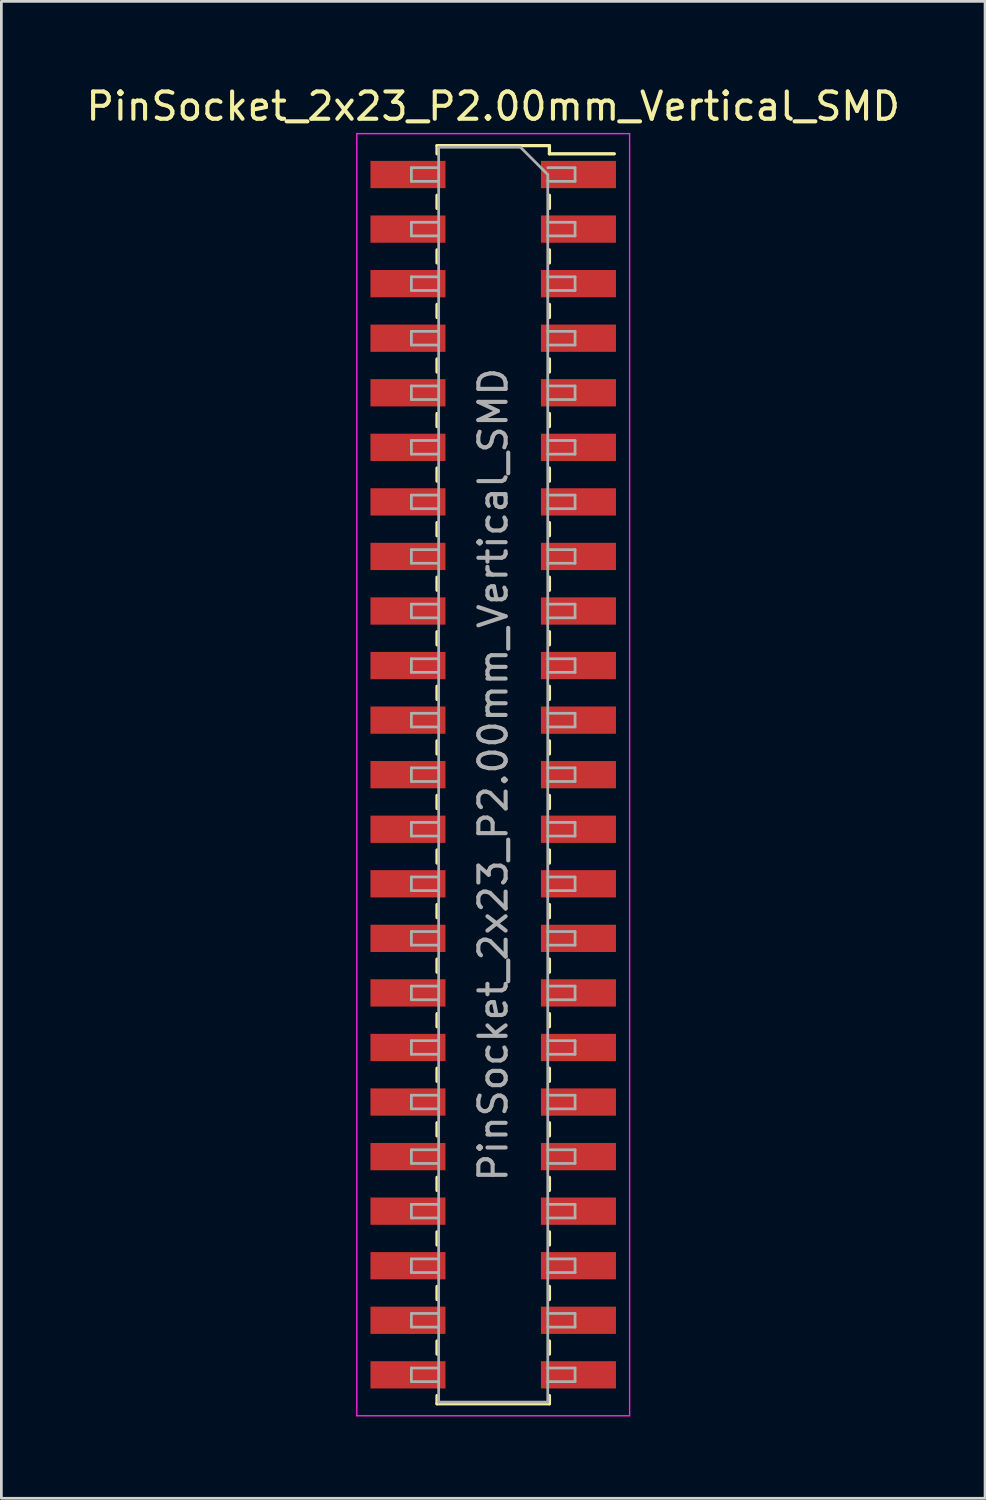
<source format=kicad_pcb>
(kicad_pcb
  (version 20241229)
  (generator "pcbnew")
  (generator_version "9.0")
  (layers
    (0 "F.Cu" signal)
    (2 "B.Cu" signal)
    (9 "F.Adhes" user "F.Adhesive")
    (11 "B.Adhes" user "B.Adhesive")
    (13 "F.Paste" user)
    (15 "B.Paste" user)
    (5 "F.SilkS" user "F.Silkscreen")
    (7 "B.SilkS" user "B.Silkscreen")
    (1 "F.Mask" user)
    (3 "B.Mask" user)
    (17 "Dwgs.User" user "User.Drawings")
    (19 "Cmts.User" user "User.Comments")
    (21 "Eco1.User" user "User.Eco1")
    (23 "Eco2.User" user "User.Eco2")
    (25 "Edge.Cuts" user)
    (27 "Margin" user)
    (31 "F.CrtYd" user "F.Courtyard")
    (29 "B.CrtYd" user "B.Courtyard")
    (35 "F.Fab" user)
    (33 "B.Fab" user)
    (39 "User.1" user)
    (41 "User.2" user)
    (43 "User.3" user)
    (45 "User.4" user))
  (footprint "PinSocket_2x23_P2.00mm_Vertical_SMD"
    (layer "F.Cu")
    (at 15.03 25.348)
    (property "Reference" "PinSocket_2x23_P2.00mm_Vertical_SMD" (at 0 -24.5 0) (layer "F.SilkS") (effects (font (size 1 1) (thickness 0.15))))
    (attr smd)
    (fp_line (start -2.06 -23.06) (end -2.06 -22.76) (stroke (width 0.12) (type solid)) (layer "F.SilkS"))
    (fp_line (start -2.06 -23.06) (end 2.06 -23.06) (stroke (width 0.12) (type solid)) (layer "F.SilkS"))
    (fp_line (start -2.06 -21.24) (end -2.06 -20.76) (stroke (width 0.12) (type solid)) (layer "F.SilkS"))
    (fp_line (start -2.06 -19.24) (end -2.06 -18.76) (stroke (width 0.12) (type solid)) (layer "F.SilkS"))
    (fp_line (start -2.06 -17.24) (end -2.06 -16.76) (stroke (width 0.12) (type solid)) (layer "F.SilkS"))
    (fp_line (start -2.06 -15.24) (end -2.06 -14.76) (stroke (width 0.12) (type solid)) (layer "F.SilkS"))
    (fp_line (start -2.06 -13.24) (end -2.06 -12.76) (stroke (width 0.12) (type solid)) (layer "F.SilkS"))
    (fp_line (start -2.06 -11.24) (end -2.06 -10.76) (stroke (width 0.12) (type solid)) (layer "F.SilkS"))
    (fp_line (start -2.06 -9.24) (end -2.06 -8.76) (stroke (width 0.12) (type solid)) (layer "F.SilkS"))
    (fp_line (start -2.06 -7.24) (end -2.06 -6.76) (stroke (width 0.12) (type solid)) (layer "F.SilkS"))
    (fp_line (start -2.06 -5.24) (end -2.06 -4.76) (stroke (width 0.12) (type solid)) (layer "F.SilkS"))
    (fp_line (start -2.06 -3.24) (end -2.06 -2.76) (stroke (width 0.12) (type solid)) (layer "F.SilkS"))
    (fp_line (start -2.06 -1.24) (end -2.06 -0.76) (stroke (width 0.12) (type solid)) (layer "F.SilkS"))
    (fp_line (start -2.06 0.76) (end -2.06 1.24) (stroke (width 0.12) (type solid)) (layer "F.SilkS"))
    (fp_line (start -2.06 2.76) (end -2.06 3.24) (stroke (width 0.12) (type solid)) (layer "F.SilkS"))
    (fp_line (start -2.06 4.76) (end -2.06 5.24) (stroke (width 0.12) (type solid)) (layer "F.SilkS"))
    (fp_line (start -2.06 6.76) (end -2.06 7.24) (stroke (width 0.12) (type solid)) (layer "F.SilkS"))
    (fp_line (start -2.06 8.76) (end -2.06 9.24) (stroke (width 0.12) (type solid)) (layer "F.SilkS"))
    (fp_line (start -2.06 10.76) (end -2.06 11.24) (stroke (width 0.12) (type solid)) (layer "F.SilkS"))
    (fp_line (start -2.06 12.76) (end -2.06 13.24) (stroke (width 0.12) (type solid)) (layer "F.SilkS"))
    (fp_line (start -2.06 14.76) (end -2.06 15.24) (stroke (width 0.12) (type solid)) (layer "F.SilkS"))
    (fp_line (start -2.06 16.76) (end -2.06 17.24) (stroke (width 0.12) (type solid)) (layer "F.SilkS"))
    (fp_line (start -2.06 18.76) (end -2.06 19.24) (stroke (width 0.12) (type solid)) (layer "F.SilkS"))
    (fp_line (start -2.06 20.76) (end -2.06 21.24) (stroke (width 0.12) (type solid)) (layer "F.SilkS"))
    (fp_line (start -2.06 22.76) (end -2.06 23.06) (stroke (width 0.12) (type solid)) (layer "F.SilkS"))
    (fp_line (start -2.06 23.06) (end 2.06 23.06) (stroke (width 0.12) (type solid)) (layer "F.SilkS"))
    (fp_line (start 2.06 -23.06) (end 2.06 -22.76) (stroke (width 0.12) (type solid)) (layer "F.SilkS"))
    (fp_line (start 2.06 -22.76) (end 4.44 -22.76) (stroke (width 0.12) (type solid)) (layer "F.SilkS"))
    (fp_line (start 2.06 -21.24) (end 2.06 -20.76) (stroke (width 0.12) (type solid)) (layer "F.SilkS"))
    (fp_line (start 2.06 -19.24) (end 2.06 -18.76) (stroke (width 0.12) (type solid)) (layer "F.SilkS"))
    (fp_line (start 2.06 -17.24) (end 2.06 -16.76) (stroke (width 0.12) (type solid)) (layer "F.SilkS"))
    (fp_line (start 2.06 -15.24) (end 2.06 -14.76) (stroke (width 0.12) (type solid)) (layer "F.SilkS"))
    (fp_line (start 2.06 -13.24) (end 2.06 -12.76) (stroke (width 0.12) (type solid)) (layer "F.SilkS"))
    (fp_line (start 2.06 -11.24) (end 2.06 -10.76) (stroke (width 0.12) (type solid)) (layer "F.SilkS"))
    (fp_line (start 2.06 -9.24) (end 2.06 -8.76) (stroke (width 0.12) (type solid)) (layer "F.SilkS"))
    (fp_line (start 2.06 -7.24) (end 2.06 -6.76) (stroke (width 0.12) (type solid)) (layer "F.SilkS"))
    (fp_line (start 2.06 -5.24) (end 2.06 -4.76) (stroke (width 0.12) (type solid)) (layer "F.SilkS"))
    (fp_line (start 2.06 -3.24) (end 2.06 -2.76) (stroke (width 0.12) (type solid)) (layer "F.SilkS"))
    (fp_line (start 2.06 -1.24) (end 2.06 -0.76) (stroke (width 0.12) (type solid)) (layer "F.SilkS"))
    (fp_line (start 2.06 0.76) (end 2.06 1.24) (stroke (width 0.12) (type solid)) (layer "F.SilkS"))
    (fp_line (start 2.06 2.76) (end 2.06 3.24) (stroke (width 0.12) (type solid)) (layer "F.SilkS"))
    (fp_line (start 2.06 4.76) (end 2.06 5.24) (stroke (width 0.12) (type solid)) (layer "F.SilkS"))
    (fp_line (start 2.06 6.76) (end 2.06 7.24) (stroke (width 0.12) (type solid)) (layer "F.SilkS"))
    (fp_line (start 2.06 8.76) (end 2.06 9.24) (stroke (width 0.12) (type solid)) (layer "F.SilkS"))
    (fp_line (start 2.06 10.76) (end 2.06 11.24) (stroke (width 0.12) (type solid)) (layer "F.SilkS"))
    (fp_line (start 2.06 12.76) (end 2.06 13.24) (stroke (width 0.12) (type solid)) (layer "F.SilkS"))
    (fp_line (start 2.06 14.76) (end 2.06 15.24) (stroke (width 0.12) (type solid)) (layer "F.SilkS"))
    (fp_line (start 2.06 16.76) (end 2.06 17.24) (stroke (width 0.12) (type solid)) (layer "F.SilkS"))
    (fp_line (start 2.06 18.76) (end 2.06 19.24) (stroke (width 0.12) (type solid)) (layer "F.SilkS"))
    (fp_line (start 2.06 20.76) (end 2.06 21.24) (stroke (width 0.12) (type solid)) (layer "F.SilkS"))
    (fp_line (start 2.06 22.76) (end 2.06 23.06) (stroke (width 0.12) (type solid)) (layer "F.SilkS"))
    (fp_line (start -5 -23.5) (end 5 -23.5) (stroke (width 0.05) (type solid)) (layer "F.CrtYd"))
    (fp_line (start -5 23.5) (end -5 -23.5) (stroke (width 0.05) (type solid)) (layer "F.CrtYd"))
    (fp_line (start 5 -23.5) (end 5 23.5) (stroke (width 0.05) (type solid)) (layer "F.CrtYd"))
    (fp_line (start 5 23.5) (end -5 23.5) (stroke (width 0.05) (type solid)) (layer "F.CrtYd"))
    (fp_line (start -3 -22.25) (end -2 -22.25) (stroke (width 0.1) (type solid)) (layer "F.Fab"))
    (fp_line (start -3 -21.75) (end -3 -22.25) (stroke (width 0.1) (type solid)) (layer "F.Fab"))
    (fp_line (start -3 -20.25) (end -2 -20.25) (stroke (width 0.1) (type solid)) (layer "F.Fab"))
    (fp_line (start -3 -19.75) (end -3 -20.25) (stroke (width 0.1) (type solid)) (layer "F.Fab"))
    (fp_line (start -3 -18.25) (end -2 -18.25) (stroke (width 0.1) (type solid)) (layer "F.Fab"))
    (fp_line (start -3 -17.75) (end -3 -18.25) (stroke (width 0.1) (type solid)) (layer "F.Fab"))
    (fp_line (start -3 -16.25) (end -2 -16.25) (stroke (width 0.1) (type solid)) (layer "F.Fab"))
    (fp_line (start -3 -15.75) (end -3 -16.25) (stroke (width 0.1) (type solid)) (layer "F.Fab"))
    (fp_line (start -3 -14.25) (end -2 -14.25) (stroke (width 0.1) (type solid)) (layer "F.Fab"))
    (fp_line (start -3 -13.75) (end -3 -14.25) (stroke (width 0.1) (type solid)) (layer "F.Fab"))
    (fp_line (start -3 -12.25) (end -2 -12.25) (stroke (width 0.1) (type solid)) (layer "F.Fab"))
    (fp_line (start -3 -11.75) (end -3 -12.25) (stroke (width 0.1) (type solid)) (layer "F.Fab"))
    (fp_line (start -3 -10.25) (end -2 -10.25) (stroke (width 0.1) (type solid)) (layer "F.Fab"))
    (fp_line (start -3 -9.75) (end -3 -10.25) (stroke (width 0.1) (type solid)) (layer "F.Fab"))
    (fp_line (start -3 -8.25) (end -2 -8.25) (stroke (width 0.1) (type solid)) (layer "F.Fab"))
    (fp_line (start -3 -7.75) (end -3 -8.25) (stroke (width 0.1) (type solid)) (layer "F.Fab"))
    (fp_line (start -3 -6.25) (end -2 -6.25) (stroke (width 0.1) (type solid)) (layer "F.Fab"))
    (fp_line (start -3 -5.75) (end -3 -6.25) (stroke (width 0.1) (type solid)) (layer "F.Fab"))
    (fp_line (start -3 -4.25) (end -2 -4.25) (stroke (width 0.1) (type solid)) (layer "F.Fab"))
    (fp_line (start -3 -3.75) (end -3 -4.25) (stroke (width 0.1) (type solid)) (layer "F.Fab"))
    (fp_line (start -3 -2.25) (end -2 -2.25) (stroke (width 0.1) (type solid)) (layer "F.Fab"))
    (fp_line (start -3 -1.75) (end -3 -2.25) (stroke (width 0.1) (type solid)) (layer "F.Fab"))
    (fp_line (start -3 -0.25) (end -2 -0.25) (stroke (width 0.1) (type solid)) (layer "F.Fab"))
    (fp_line (start -3 0.25) (end -3 -0.25) (stroke (width 0.1) (type solid)) (layer "F.Fab"))
    (fp_line (start -3 1.75) (end -2 1.75) (stroke (width 0.1) (type solid)) (layer "F.Fab"))
    (fp_line (start -3 2.25) (end -3 1.75) (stroke (width 0.1) (type solid)) (layer "F.Fab"))
    (fp_line (start -3 3.75) (end -2 3.75) (stroke (width 0.1) (type solid)) (layer "F.Fab"))
    (fp_line (start -3 4.25) (end -3 3.75) (stroke (width 0.1) (type solid)) (layer "F.Fab"))
    (fp_line (start -3 5.75) (end -2 5.75) (stroke (width 0.1) (type solid)) (layer "F.Fab"))
    (fp_line (start -3 6.25) (end -3 5.75) (stroke (width 0.1) (type solid)) (layer "F.Fab"))
    (fp_line (start -3 7.75) (end -2 7.75) (stroke (width 0.1) (type solid)) (layer "F.Fab"))
    (fp_line (start -3 8.25) (end -3 7.75) (stroke (width 0.1) (type solid)) (layer "F.Fab"))
    (fp_line (start -3 9.75) (end -2 9.75) (stroke (width 0.1) (type solid)) (layer "F.Fab"))
    (fp_line (start -3 10.25) (end -3 9.75) (stroke (width 0.1) (type solid)) (layer "F.Fab"))
    (fp_line (start -3 11.75) (end -2 11.75) (stroke (width 0.1) (type solid)) (layer "F.Fab"))
    (fp_line (start -3 12.25) (end -3 11.75) (stroke (width 0.1) (type solid)) (layer "F.Fab"))
    (fp_line (start -3 13.75) (end -2 13.75) (stroke (width 0.1) (type solid)) (layer "F.Fab"))
    (fp_line (start -3 14.25) (end -3 13.75) (stroke (width 0.1) (type solid)) (layer "F.Fab"))
    (fp_line (start -3 15.75) (end -2 15.75) (stroke (width 0.1) (type solid)) (layer "F.Fab"))
    (fp_line (start -3 16.25) (end -3 15.75) (stroke (width 0.1) (type solid)) (layer "F.Fab"))
    (fp_line (start -3 17.75) (end -2 17.75) (stroke (width 0.1) (type solid)) (layer "F.Fab"))
    (fp_line (start -3 18.25) (end -3 17.75) (stroke (width 0.1) (type solid)) (layer "F.Fab"))
    (fp_line (start -3 19.75) (end -2 19.75) (stroke (width 0.1) (type solid)) (layer "F.Fab"))
    (fp_line (start -3 20.25) (end -3 19.75) (stroke (width 0.1) (type solid)) (layer "F.Fab"))
    (fp_line (start -3 21.75) (end -2 21.75) (stroke (width 0.1) (type solid)) (layer "F.Fab"))
    (fp_line (start -3 22.25) (end -3 21.75) (stroke (width 0.1) (type solid)) (layer "F.Fab"))
    (fp_line (start -2 -23) (end 1 -23) (stroke (width 0.1) (type solid)) (layer "F.Fab"))
    (fp_line (start -2 -21.75) (end -3 -21.75) (stroke (width 0.1) (type solid)) (layer "F.Fab"))
    (fp_line (start -2 -19.75) (end -3 -19.75) (stroke (width 0.1) (type solid)) (layer "F.Fab"))
    (fp_line (start -2 -17.75) (end -3 -17.75) (stroke (width 0.1) (type solid)) (layer "F.Fab"))
    (fp_line (start -2 -15.75) (end -3 -15.75) (stroke (width 0.1) (type solid)) (layer "F.Fab"))
    (fp_line (start -2 -13.75) (end -3 -13.75) (stroke (width 0.1) (type solid)) (layer "F.Fab"))
    (fp_line (start -2 -11.75) (end -3 -11.75) (stroke (width 0.1) (type solid)) (layer "F.Fab"))
    (fp_line (start -2 -9.75) (end -3 -9.75) (stroke (width 0.1) (type solid)) (layer "F.Fab"))
    (fp_line (start -2 -7.75) (end -3 -7.75) (stroke (width 0.1) (type solid)) (layer "F.Fab"))
    (fp_line (start -2 -5.75) (end -3 -5.75) (stroke (width 0.1) (type solid)) (layer "F.Fab"))
    (fp_line (start -2 -3.75) (end -3 -3.75) (stroke (width 0.1) (type solid)) (layer "F.Fab"))
    (fp_line (start -2 -1.75) (end -3 -1.75) (stroke (width 0.1) (type solid)) (layer "F.Fab"))
    (fp_line (start -2 0.25) (end -3 0.25) (stroke (width 0.1) (type solid)) (layer "F.Fab"))
    (fp_line (start -2 2.25) (end -3 2.25) (stroke (width 0.1) (type solid)) (layer "F.Fab"))
    (fp_line (start -2 4.25) (end -3 4.25) (stroke (width 0.1) (type solid)) (layer "F.Fab"))
    (fp_line (start -2 6.25) (end -3 6.25) (stroke (width 0.1) (type solid)) (layer "F.Fab"))
    (fp_line (start -2 8.25) (end -3 8.25) (stroke (width 0.1) (type solid)) (layer "F.Fab"))
    (fp_line (start -2 10.25) (end -3 10.25) (stroke (width 0.1) (type solid)) (layer "F.Fab"))
    (fp_line (start -2 12.25) (end -3 12.25) (stroke (width 0.1) (type solid)) (layer "F.Fab"))
    (fp_line (start -2 14.25) (end -3 14.25) (stroke (width 0.1) (type solid)) (layer "F.Fab"))
    (fp_line (start -2 16.25) (end -3 16.25) (stroke (width 0.1) (type solid)) (layer "F.Fab"))
    (fp_line (start -2 18.25) (end -3 18.25) (stroke (width 0.1) (type solid)) (layer "F.Fab"))
    (fp_line (start -2 20.25) (end -3 20.25) (stroke (width 0.1) (type solid)) (layer "F.Fab"))
    (fp_line (start -2 22.25) (end -3 22.25) (stroke (width 0.1) (type solid)) (layer "F.Fab"))
    (fp_line (start -2 23) (end -2 -23) (stroke (width 0.1) (type solid)) (layer "F.Fab"))
    (fp_line (start 1 -23) (end 2 -22) (stroke (width 0.1) (type solid)) (layer "F.Fab"))
    (fp_line (start 2 -22.25) (end 3 -22.25) (stroke (width 0.1) (type solid)) (layer "F.Fab"))
    (fp_line (start 2 -22) (end 2 23) (stroke (width 0.1) (type solid)) (layer "F.Fab"))
    (fp_line (start 2 -20.25) (end 3 -20.25) (stroke (width 0.1) (type solid)) (layer "F.Fab"))
    (fp_line (start 2 -18.25) (end 3 -18.25) (stroke (width 0.1) (type solid)) (layer "F.Fab"))
    (fp_line (start 2 -16.25) (end 3 -16.25) (stroke (width 0.1) (type solid)) (layer "F.Fab"))
    (fp_line (start 2 -14.25) (end 3 -14.25) (stroke (width 0.1) (type solid)) (layer "F.Fab"))
    (fp_line (start 2 -12.25) (end 3 -12.25) (stroke (width 0.1) (type solid)) (layer "F.Fab"))
    (fp_line (start 2 -10.25) (end 3 -10.25) (stroke (width 0.1) (type solid)) (layer "F.Fab"))
    (fp_line (start 2 -8.25) (end 3 -8.25) (stroke (width 0.1) (type solid)) (layer "F.Fab"))
    (fp_line (start 2 -6.25) (end 3 -6.25) (stroke (width 0.1) (type solid)) (layer "F.Fab"))
    (fp_line (start 2 -4.25) (end 3 -4.25) (stroke (width 0.1) (type solid)) (layer "F.Fab"))
    (fp_line (start 2 -2.25) (end 3 -2.25) (stroke (width 0.1) (type solid)) (layer "F.Fab"))
    (fp_line (start 2 -0.25) (end 3 -0.25) (stroke (width 0.1) (type solid)) (layer "F.Fab"))
    (fp_line (start 2 1.75) (end 3 1.75) (stroke (width 0.1) (type solid)) (layer "F.Fab"))
    (fp_line (start 2 3.75) (end 3 3.75) (stroke (width 0.1) (type solid)) (layer "F.Fab"))
    (fp_line (start 2 5.75) (end 3 5.75) (stroke (width 0.1) (type solid)) (layer "F.Fab"))
    (fp_line (start 2 7.75) (end 3 7.75) (stroke (width 0.1) (type solid)) (layer "F.Fab"))
    (fp_line (start 2 9.75) (end 3 9.75) (stroke (width 0.1) (type solid)) (layer "F.Fab"))
    (fp_line (start 2 11.75) (end 3 11.75) (stroke (width 0.1) (type solid)) (layer "F.Fab"))
    (fp_line (start 2 13.75) (end 3 13.75) (stroke (width 0.1) (type solid)) (layer "F.Fab"))
    (fp_line (start 2 15.75) (end 3 15.75) (stroke (width 0.1) (type solid)) (layer "F.Fab"))
    (fp_line (start 2 17.75) (end 3 17.75) (stroke (width 0.1) (type solid)) (layer "F.Fab"))
    (fp_line (start 2 19.75) (end 3 19.75) (stroke (width 0.1) (type solid)) (layer "F.Fab"))
    (fp_line (start 2 21.75) (end 3 21.75) (stroke (width 0.1) (type solid)) (layer "F.Fab"))
    (fp_line (start 2 23) (end -2 23) (stroke (width 0.1) (type solid)) (layer "F.Fab"))
    (fp_line (start 3 -22.25) (end 3 -21.75) (stroke (width 0.1) (type solid)) (layer "F.Fab"))
    (fp_line (start 3 -21.75) (end 2 -21.75) (stroke (width 0.1) (type solid)) (layer "F.Fab"))
    (fp_line (start 3 -20.25) (end 3 -19.75) (stroke (width 0.1) (type solid)) (layer "F.Fab"))
    (fp_line (start 3 -19.75) (end 2 -19.75) (stroke (width 0.1) (type solid)) (layer "F.Fab"))
    (fp_line (start 3 -18.25) (end 3 -17.75) (stroke (width 0.1) (type solid)) (layer "F.Fab"))
    (fp_line (start 3 -17.75) (end 2 -17.75) (stroke (width 0.1) (type solid)) (layer "F.Fab"))
    (fp_line (start 3 -16.25) (end 3 -15.75) (stroke (width 0.1) (type solid)) (layer "F.Fab"))
    (fp_line (start 3 -15.75) (end 2 -15.75) (stroke (width 0.1) (type solid)) (layer "F.Fab"))
    (fp_line (start 3 -14.25) (end 3 -13.75) (stroke (width 0.1) (type solid)) (layer "F.Fab"))
    (fp_line (start 3 -13.75) (end 2 -13.75) (stroke (width 0.1) (type solid)) (layer "F.Fab"))
    (fp_line (start 3 -12.25) (end 3 -11.75) (stroke (width 0.1) (type solid)) (layer "F.Fab"))
    (fp_line (start 3 -11.75) (end 2 -11.75) (stroke (width 0.1) (type solid)) (layer "F.Fab"))
    (fp_line (start 3 -10.25) (end 3 -9.75) (stroke (width 0.1) (type solid)) (layer "F.Fab"))
    (fp_line (start 3 -9.75) (end 2 -9.75) (stroke (width 0.1) (type solid)) (layer "F.Fab"))
    (fp_line (start 3 -8.25) (end 3 -7.75) (stroke (width 0.1) (type solid)) (layer "F.Fab"))
    (fp_line (start 3 -7.75) (end 2 -7.75) (stroke (width 0.1) (type solid)) (layer "F.Fab"))
    (fp_line (start 3 -6.25) (end 3 -5.75) (stroke (width 0.1) (type solid)) (layer "F.Fab"))
    (fp_line (start 3 -5.75) (end 2 -5.75) (stroke (width 0.1) (type solid)) (layer "F.Fab"))
    (fp_line (start 3 -4.25) (end 3 -3.75) (stroke (width 0.1) (type solid)) (layer "F.Fab"))
    (fp_line (start 3 -3.75) (end 2 -3.75) (stroke (width 0.1) (type solid)) (layer "F.Fab"))
    (fp_line (start 3 -2.25) (end 3 -1.75) (stroke (width 0.1) (type solid)) (layer "F.Fab"))
    (fp_line (start 3 -1.75) (end 2 -1.75) (stroke (width 0.1) (type solid)) (layer "F.Fab"))
    (fp_line (start 3 -0.25) (end 3 0.25) (stroke (width 0.1) (type solid)) (layer "F.Fab"))
    (fp_line (start 3 0.25) (end 2 0.25) (stroke (width 0.1) (type solid)) (layer "F.Fab"))
    (fp_line (start 3 1.75) (end 3 2.25) (stroke (width 0.1) (type solid)) (layer "F.Fab"))
    (fp_line (start 3 2.25) (end 2 2.25) (stroke (width 0.1) (type solid)) (layer "F.Fab"))
    (fp_line (start 3 3.75) (end 3 4.25) (stroke (width 0.1) (type solid)) (layer "F.Fab"))
    (fp_line (start 3 4.25) (end 2 4.25) (stroke (width 0.1) (type solid)) (layer "F.Fab"))
    (fp_line (start 3 5.75) (end 3 6.25) (stroke (width 0.1) (type solid)) (layer "F.Fab"))
    (fp_line (start 3 6.25) (end 2 6.25) (stroke (width 0.1) (type solid)) (layer "F.Fab"))
    (fp_line (start 3 7.75) (end 3 8.25) (stroke (width 0.1) (type solid)) (layer "F.Fab"))
    (fp_line (start 3 8.25) (end 2 8.25) (stroke (width 0.1) (type solid)) (layer "F.Fab"))
    (fp_line (start 3 9.75) (end 3 10.25) (stroke (width 0.1) (type solid)) (layer "F.Fab"))
    (fp_line (start 3 10.25) (end 2 10.25) (stroke (width 0.1) (type solid)) (layer "F.Fab"))
    (fp_line (start 3 11.75) (end 3 12.25) (stroke (width 0.1) (type solid)) (layer "F.Fab"))
    (fp_line (start 3 12.25) (end 2 12.25) (stroke (width 0.1) (type solid)) (layer "F.Fab"))
    (fp_line (start 3 13.75) (end 3 14.25) (stroke (width 0.1) (type solid)) (layer "F.Fab"))
    (fp_line (start 3 14.25) (end 2 14.25) (stroke (width 0.1) (type solid)) (layer "F.Fab"))
    (fp_line (start 3 15.75) (end 3 16.25) (stroke (width 0.1) (type solid)) (layer "F.Fab"))
    (fp_line (start 3 16.25) (end 2 16.25) (stroke (width 0.1) (type solid)) (layer "F.Fab"))
    (fp_line (start 3 17.75) (end 3 18.25) (stroke (width 0.1) (type solid)) (layer "F.Fab"))
    (fp_line (start 3 18.25) (end 2 18.25) (stroke (width 0.1) (type solid)) (layer "F.Fab"))
    (fp_line (start 3 19.75) (end 3 20.25) (stroke (width 0.1) (type solid)) (layer "F.Fab"))
    (fp_line (start 3 20.25) (end 2 20.25) (stroke (width 0.1) (type solid)) (layer "F.Fab"))
    (fp_line (start 3 21.75) (end 3 22.25) (stroke (width 0.1) (type solid)) (layer "F.Fab"))
    (fp_line (start 3 22.25) (end 2 22.25) (stroke (width 0.1) (type solid)) (layer "F.Fab"))
    (fp_text user "${REFERENCE}" (at 0 0 90) (layer "F.Fab") (effects (font (size 1 1) (thickness 0.15))))
    (pad "1" smd rect (at 3.125 -22) (size 2.75 1) (layers "F.Cu" "F.Mask" "F.Paste"))
    (pad "2" smd rect (at -3.125 -22) (size 2.75 1) (layers "F.Cu" "F.Mask" "F.Paste"))
    (pad "3" smd rect (at 3.125 -20) (size 2.75 1) (layers "F.Cu" "F.Mask" "F.Paste"))
    (pad "4" smd rect (at -3.125 -20) (size 2.75 1) (layers "F.Cu" "F.Mask" "F.Paste"))
    (pad "5" smd rect (at 3.125 -18) (size 2.75 1) (layers "F.Cu" "F.Mask" "F.Paste"))
    (pad "6" smd rect (at -3.125 -18) (size 2.75 1) (layers "F.Cu" "F.Mask" "F.Paste"))
    (pad "7" smd rect (at 3.125 -16) (size 2.75 1) (layers "F.Cu" "F.Mask" "F.Paste"))
    (pad "8" smd rect (at -3.125 -16) (size 2.75 1) (layers "F.Cu" "F.Mask" "F.Paste"))
    (pad "9" smd rect (at 3.125 -14) (size 2.75 1) (layers "F.Cu" "F.Mask" "F.Paste"))
    (pad "10" smd rect (at -3.125 -14) (size 2.75 1) (layers "F.Cu" "F.Mask" "F.Paste"))
    (pad "11" smd rect (at 3.125 -12) (size 2.75 1) (layers "F.Cu" "F.Mask" "F.Paste"))
    (pad "12" smd rect (at -3.125 -12) (size 2.75 1) (layers "F.Cu" "F.Mask" "F.Paste"))
    (pad "13" smd rect (at 3.125 -10) (size 2.75 1) (layers "F.Cu" "F.Mask" "F.Paste"))
    (pad "14" smd rect (at -3.125 -10) (size 2.75 1) (layers "F.Cu" "F.Mask" "F.Paste"))
    (pad "15" smd rect (at 3.125 -8) (size 2.75 1) (layers "F.Cu" "F.Mask" "F.Paste"))
    (pad "16" smd rect (at -3.125 -8) (size 2.75 1) (layers "F.Cu" "F.Mask" "F.Paste"))
    (pad "17" smd rect (at 3.125 -6) (size 2.75 1) (layers "F.Cu" "F.Mask" "F.Paste"))
    (pad "18" smd rect (at -3.125 -6) (size 2.75 1) (layers "F.Cu" "F.Mask" "F.Paste"))
    (pad "19" smd rect (at 3.125 -4) (size 2.75 1) (layers "F.Cu" "F.Mask" "F.Paste"))
    (pad "20" smd rect (at -3.125 -4) (size 2.75 1) (layers "F.Cu" "F.Mask" "F.Paste"))
    (pad "21" smd rect (at 3.125 -2) (size 2.75 1) (layers "F.Cu" "F.Mask" "F.Paste"))
    (pad "22" smd rect (at -3.125 -2) (size 2.75 1) (layers "F.Cu" "F.Mask" "F.Paste"))
    (pad "23" smd rect (at 3.125 0) (size 2.75 1) (layers "F.Cu" "F.Mask" "F.Paste"))
    (pad "24" smd rect (at -3.125 0) (size 2.75 1) (layers "F.Cu" "F.Mask" "F.Paste"))
    (pad "25" smd rect (at 3.125 2) (size 2.75 1) (layers "F.Cu" "F.Mask" "F.Paste"))
    (pad "26" smd rect (at -3.125 2) (size 2.75 1) (layers "F.Cu" "F.Mask" "F.Paste"))
    (pad "27" smd rect (at 3.125 4) (size 2.75 1) (layers "F.Cu" "F.Mask" "F.Paste"))
    (pad "28" smd rect (at -3.125 4) (size 2.75 1) (layers "F.Cu" "F.Mask" "F.Paste"))
    (pad "29" smd rect (at 3.125 6) (size 2.75 1) (layers "F.Cu" "F.Mask" "F.Paste"))
    (pad "30" smd rect (at -3.125 6) (size 2.75 1) (layers "F.Cu" "F.Mask" "F.Paste"))
    (pad "31" smd rect (at 3.125 8) (size 2.75 1) (layers "F.Cu" "F.Mask" "F.Paste"))
    (pad "32" smd rect (at -3.125 8) (size 2.75 1) (layers "F.Cu" "F.Mask" "F.Paste"))
    (pad "33" smd rect (at 3.125 10) (size 2.75 1) (layers "F.Cu" "F.Mask" "F.Paste"))
    (pad "34" smd rect (at -3.125 10) (size 2.75 1) (layers "F.Cu" "F.Mask" "F.Paste"))
    (pad "35" smd rect (at 3.125 12) (size 2.75 1) (layers "F.Cu" "F.Mask" "F.Paste"))
    (pad "36" smd rect (at -3.125 12) (size 2.75 1) (layers "F.Cu" "F.Mask" "F.Paste"))
    (pad "37" smd rect (at 3.125 14) (size 2.75 1) (layers "F.Cu" "F.Mask" "F.Paste"))
    (pad "38" smd rect (at -3.125 14) (size 2.75 1) (layers "F.Cu" "F.Mask" "F.Paste"))
    (pad "39" smd rect (at 3.125 16) (size 2.75 1) (layers "F.Cu" "F.Mask" "F.Paste"))
    (pad "40" smd rect (at -3.125 16) (size 2.75 1) (layers "F.Cu" "F.Mask" "F.Paste"))
    (pad "41" smd rect (at 3.125 18) (size 2.75 1) (layers "F.Cu" "F.Mask" "F.Paste"))
    (pad "42" smd rect (at -3.125 18) (size 2.75 1) (layers "F.Cu" "F.Mask" "F.Paste"))
    (pad "43" smd rect (at 3.125 20) (size 2.75 1) (layers "F.Cu" "F.Mask" "F.Paste"))
    (pad "44" smd rect (at -3.125 20) (size 2.75 1) (layers "F.Cu" "F.Mask" "F.Paste"))
    (pad "45" smd rect (at 3.125 22) (size 2.75 1) (layers "F.Cu" "F.Mask" "F.Paste"))
    (pad "46" smd rect (at -3.125 22) (size 2.75 1) (layers "F.Cu" "F.Mask" "F.Paste")))
  (gr_rect
    (start -3 -3)
    (end 33.06 51.873)
    (stroke (width 0.1) (type default))
    (fill no)
    (layer "Edge.Cuts")))
</source>
